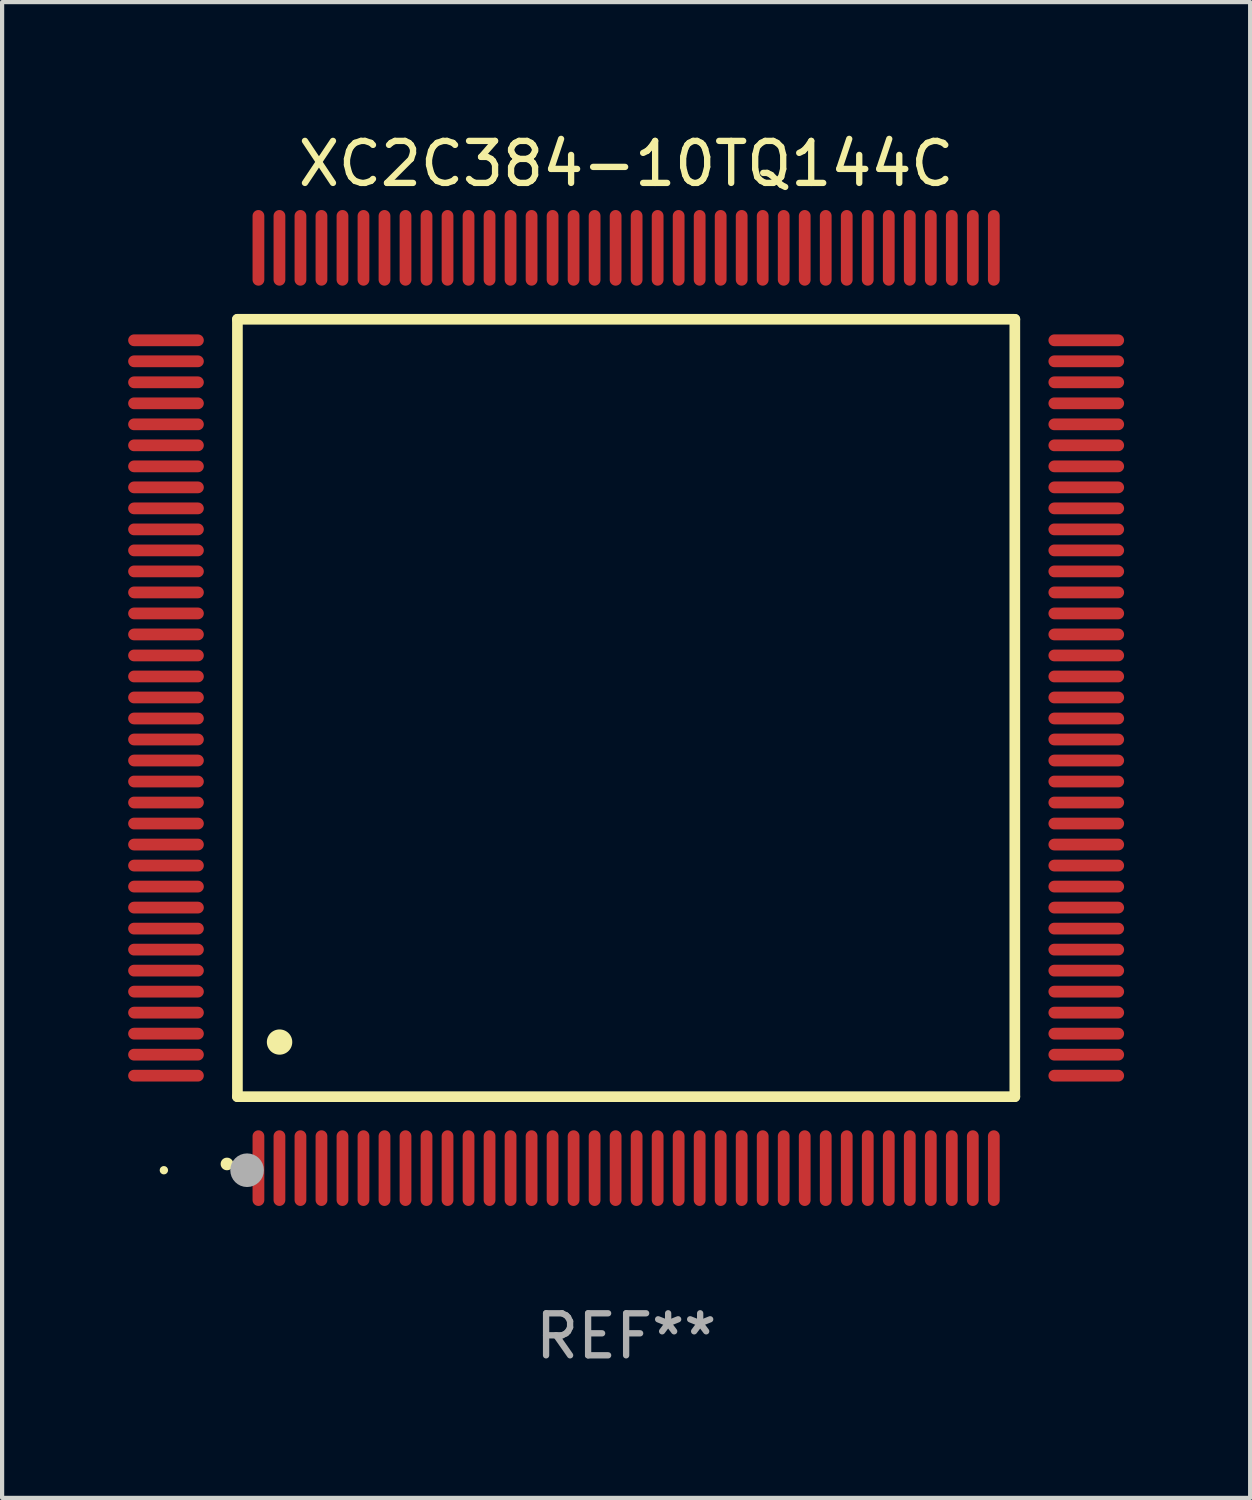
<source format=kicad_pcb>
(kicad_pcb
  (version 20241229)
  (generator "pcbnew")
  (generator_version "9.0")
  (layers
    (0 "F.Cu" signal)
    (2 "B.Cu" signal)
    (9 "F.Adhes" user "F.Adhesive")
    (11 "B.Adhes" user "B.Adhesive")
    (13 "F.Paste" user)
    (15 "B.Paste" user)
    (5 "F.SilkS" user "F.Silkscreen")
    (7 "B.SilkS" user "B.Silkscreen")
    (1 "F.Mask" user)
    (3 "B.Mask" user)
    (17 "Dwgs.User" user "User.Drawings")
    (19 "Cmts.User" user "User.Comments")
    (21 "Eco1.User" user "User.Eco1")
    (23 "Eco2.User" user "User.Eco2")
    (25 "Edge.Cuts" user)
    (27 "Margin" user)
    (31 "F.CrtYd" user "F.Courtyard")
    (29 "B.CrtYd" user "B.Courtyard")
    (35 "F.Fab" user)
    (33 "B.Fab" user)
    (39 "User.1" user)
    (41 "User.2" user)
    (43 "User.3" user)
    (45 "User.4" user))
  (footprint "XC2C384-10TQ144C"
    (layer "F.Cu")
    (at 11.85 13.798)
    (property "Reference" "XC2C384-10TQ144C" (at 0 -12.95 0) (layer "F.SilkS") (effects (font (size 1 1) (thickness 0.15))))
    (attr through_hole)
    (fp_line (start -9.25 -9.25) (end -9.25 9.25) (stroke (width 0.254) (type solid)) (layer "F.SilkS"))
    (fp_line (start -9.25 9.25) (end 9.25 9.25) (stroke (width 0.254) (type solid)) (layer "F.SilkS"))
    (fp_line (start 9.25 -9.25) (end -9.25 -9.25) (stroke (width 0.254) (type solid)) (layer "F.SilkS"))
    (fp_line (start 9.25 9.25) (end 9.25 -9.25) (stroke (width 0.254) (type solid)) (layer "F.SilkS"))
    (fp_arc (start -9.499619 10.850902) (mid -9.498349 10.850897) (end -9.497079 10.850902) (stroke (width 0.3) (type solid)) (layer "F.SilkS"))
    (fp_arc (start -8.249936 7.950216) (mid -8.247396 7.950205) (end -8.244856 7.950216) (stroke (width 0.6) (type solid)) (layer "F.SilkS"))
    (fp_circle (center -11 11) (end -10.95 11) (stroke (width 0.1) (type solid)) (fill no) (layer "F.SilkS"))
    (fp_circle (center -9.02 11) (end -8.82 11) (stroke (width 0.4) (type solid)) (fill no) (layer "F.Fab"))
    (fp_text user "REF**" (at 0 14.95 0) (layer "F.Fab") (effects (font (size 1 1) (thickness 0.15))))
    (pad "1" smd oval (at -8.75 10.95) (size 0.28 1.8) (layers "F.Cu" "F.Mask" "F.Paste"))
    (pad "2" smd oval (at -8.25 10.95) (size 0.28 1.8) (layers "F.Cu" "F.Mask" "F.Paste"))
    (pad "3" smd oval (at -7.75 10.95) (size 0.28 1.8) (layers "F.Cu" "F.Mask" "F.Paste"))
    (pad "4" smd oval (at -7.25 10.95) (size 0.28 1.8) (layers "F.Cu" "F.Mask" "F.Paste"))
    (pad "5" smd oval (at -6.75 10.95) (size 0.28 1.8) (layers "F.Cu" "F.Mask" "F.Paste"))
    (pad "6" smd oval (at -6.25 10.95) (size 0.28 1.8) (layers "F.Cu" "F.Mask" "F.Paste"))
    (pad "7" smd oval (at -5.75 10.95) (size 0.28 1.8) (layers "F.Cu" "F.Mask" "F.Paste"))
    (pad "8" smd oval (at -5.25 10.95) (size 0.28 1.8) (layers "F.Cu" "F.Mask" "F.Paste"))
    (pad "9" smd oval (at -4.75 10.95) (size 0.28 1.8) (layers "F.Cu" "F.Mask" "F.Paste"))
    (pad "10" smd oval (at -4.25 10.95) (size 0.28 1.8) (layers "F.Cu" "F.Mask" "F.Paste"))
    (pad "11" smd oval (at -3.75 10.95) (size 0.28 1.8) (layers "F.Cu" "F.Mask" "F.Paste"))
    (pad "12" smd oval (at -3.25 10.95) (size 0.28 1.8) (layers "F.Cu" "F.Mask" "F.Paste"))
    (pad "13" smd oval (at -2.75 10.95) (size 0.28 1.8) (layers "F.Cu" "F.Mask" "F.Paste"))
    (pad "14" smd oval (at -2.25 10.95) (size 0.28 1.8) (layers "F.Cu" "F.Mask" "F.Paste"))
    (pad "15" smd oval (at -1.75 10.95) (size 0.28 1.8) (layers "F.Cu" "F.Mask" "F.Paste"))
    (pad "16" smd oval (at -1.25 10.95) (size 0.28 1.8) (layers "F.Cu" "F.Mask" "F.Paste"))
    (pad "17" smd oval (at -0.75 10.95) (size 0.28 1.8) (layers "F.Cu" "F.Mask" "F.Paste"))
    (pad "18" smd oval (at -0.25 10.95) (size 0.28 1.8) (layers "F.Cu" "F.Mask" "F.Paste"))
    (pad "19" smd oval (at 0.25 10.95) (size 0.28 1.8) (layers "F.Cu" "F.Mask" "F.Paste"))
    (pad "20" smd oval (at 0.75 10.95) (size 0.28 1.8) (layers "F.Cu" "F.Mask" "F.Paste"))
    (pad "21" smd oval (at 1.25 10.95) (size 0.28 1.8) (layers "F.Cu" "F.Mask" "F.Paste"))
    (pad "22" smd oval (at 1.75 10.95) (size 0.28 1.8) (layers "F.Cu" "F.Mask" "F.Paste"))
    (pad "23" smd oval (at 2.25 10.95) (size 0.28 1.8) (layers "F.Cu" "F.Mask" "F.Paste"))
    (pad "24" smd oval (at 2.75 10.95) (size 0.28 1.8) (layers "F.Cu" "F.Mask" "F.Paste"))
    (pad "25" smd oval (at 3.25 10.95) (size 0.28 1.8) (layers "F.Cu" "F.Mask" "F.Paste"))
    (pad "26" smd oval (at 3.75 10.95) (size 0.28 1.8) (layers "F.Cu" "F.Mask" "F.Paste"))
    (pad "27" smd oval (at 4.25 10.95) (size 0.28 1.8) (layers "F.Cu" "F.Mask" "F.Paste"))
    (pad "28" smd oval (at 4.75 10.95) (size 0.28 1.8) (layers "F.Cu" "F.Mask" "F.Paste"))
    (pad "29" smd oval (at 5.25 10.95) (size 0.28 1.8) (layers "F.Cu" "F.Mask" "F.Paste"))
    (pad "30" smd oval (at 5.75 10.95) (size 0.28 1.8) (layers "F.Cu" "F.Mask" "F.Paste"))
    (pad "31" smd oval (at 6.25 10.95) (size 0.28 1.8) (layers "F.Cu" "F.Mask" "F.Paste"))
    (pad "32" smd oval (at 6.75 10.95) (size 0.28 1.8) (layers "F.Cu" "F.Mask" "F.Paste"))
    (pad "33" smd oval (at 7.25 10.95) (size 0.28 1.8) (layers "F.Cu" "F.Mask" "F.Paste"))
    (pad "34" smd oval (at 7.75 10.95) (size 0.28 1.8) (layers "F.Cu" "F.Mask" "F.Paste"))
    (pad "35" smd oval (at 8.25 10.95) (size 0.28 1.8) (layers "F.Cu" "F.Mask" "F.Paste"))
    (pad "36" smd oval (at 8.75 10.95) (size 0.28 1.8) (layers "F.Cu" "F.Mask" "F.Paste"))
    (pad "37" smd oval (at 10.95 8.75) (size 1.8 0.28) (layers "F.Cu" "F.Mask" "F.Paste"))
    (pad "38" smd oval (at 10.95 8.25) (size 1.8 0.28) (layers "F.Cu" "F.Mask" "F.Paste"))
    (pad "39" smd oval (at 10.95 7.75) (size 1.8 0.28) (layers "F.Cu" "F.Mask" "F.Paste"))
    (pad "40" smd oval (at 10.95 7.25) (size 1.8 0.28) (layers "F.Cu" "F.Mask" "F.Paste"))
    (pad "41" smd oval (at 10.95 6.75) (size 1.8 0.28) (layers "F.Cu" "F.Mask" "F.Paste"))
    (pad "42" smd oval (at 10.95 6.25) (size 1.8 0.28) (layers "F.Cu" "F.Mask" "F.Paste"))
    (pad "43" smd oval (at 10.95 5.75) (size 1.8 0.28) (layers "F.Cu" "F.Mask" "F.Paste"))
    (pad "44" smd oval (at 10.95 5.25) (size 1.8 0.28) (layers "F.Cu" "F.Mask" "F.Paste"))
    (pad "45" smd oval (at 10.95 4.75) (size 1.8 0.28) (layers "F.Cu" "F.Mask" "F.Paste"))
    (pad "46" smd oval (at 10.95 4.25) (size 1.8 0.28) (layers "F.Cu" "F.Mask" "F.Paste"))
    (pad "47" smd oval (at 10.95 3.75) (size 1.8 0.28) (layers "F.Cu" "F.Mask" "F.Paste"))
    (pad "48" smd oval (at 10.95 3.25) (size 1.8 0.28) (layers "F.Cu" "F.Mask" "F.Paste"))
    (pad "49" smd oval (at 10.95 2.75) (size 1.8 0.28) (layers "F.Cu" "F.Mask" "F.Paste"))
    (pad "50" smd oval (at 10.95 2.25) (size 1.8 0.28) (layers "F.Cu" "F.Mask" "F.Paste"))
    (pad "51" smd oval (at 10.95 1.75) (size 1.8 0.28) (layers "F.Cu" "F.Mask" "F.Paste"))
    (pad "52" smd oval (at 10.95 1.25) (size 1.8 0.28) (layers "F.Cu" "F.Mask" "F.Paste"))
    (pad "53" smd oval (at 10.95 0.75) (size 1.8 0.28) (layers "F.Cu" "F.Mask" "F.Paste"))
    (pad "54" smd oval (at 10.95 0.25) (size 1.8 0.28) (layers "F.Cu" "F.Mask" "F.Paste"))
    (pad "55" smd oval (at 10.95 -0.25) (size 1.8 0.28) (layers "F.Cu" "F.Mask" "F.Paste"))
    (pad "56" smd oval (at 10.95 -0.75) (size 1.8 0.28) (layers "F.Cu" "F.Mask" "F.Paste"))
    (pad "57" smd oval (at 10.95 -1.25) (size 1.8 0.28) (layers "F.Cu" "F.Mask" "F.Paste"))
    (pad "58" smd oval (at 10.95 -1.75) (size 1.8 0.28) (layers "F.Cu" "F.Mask" "F.Paste"))
    (pad "59" smd oval (at 10.95 -2.25) (size 1.8 0.28) (layers "F.Cu" "F.Mask" "F.Paste"))
    (pad "60" smd oval (at 10.95 -2.75) (size 1.8 0.28) (layers "F.Cu" "F.Mask" "F.Paste"))
    (pad "61" smd oval (at 10.95 -3.25) (size 1.8 0.28) (layers "F.Cu" "F.Mask" "F.Paste"))
    (pad "62" smd oval (at 10.95 -3.75) (size 1.8 0.28) (layers "F.Cu" "F.Mask" "F.Paste"))
    (pad "63" smd oval (at 10.95 -4.25) (size 1.8 0.28) (layers "F.Cu" "F.Mask" "F.Paste"))
    (pad "64" smd oval (at 10.95 -4.75) (size 1.8 0.28) (layers "F.Cu" "F.Mask" "F.Paste"))
    (pad "65" smd oval (at 10.95 -5.25) (size 1.8 0.28) (layers "F.Cu" "F.Mask" "F.Paste"))
    (pad "66" smd oval (at 10.95 -5.75) (size 1.8 0.28) (layers "F.Cu" "F.Mask" "F.Paste"))
    (pad "67" smd oval (at 10.95 -6.25) (size 1.8 0.28) (layers "F.Cu" "F.Mask" "F.Paste"))
    (pad "68" smd oval (at 10.95 -6.75) (size 1.8 0.28) (layers "F.Cu" "F.Mask" "F.Paste"))
    (pad "69" smd oval (at 10.95 -7.25) (size 1.8 0.28) (layers "F.Cu" "F.Mask" "F.Paste"))
    (pad "70" smd oval (at 10.95 -7.75) (size 1.8 0.28) (layers "F.Cu" "F.Mask" "F.Paste"))
    (pad "71" smd oval (at 10.95 -8.25) (size 1.8 0.28) (layers "F.Cu" "F.Mask" "F.Paste"))
    (pad "72" smd oval (at 10.95 -8.75) (size 1.8 0.28) (layers "F.Cu" "F.Mask" "F.Paste"))
    (pad "73" smd oval (at 8.75 -10.95) (size 0.28 1.8) (layers "F.Cu" "F.Mask" "F.Paste"))
    (pad "74" smd oval (at 8.25 -10.95) (size 0.28 1.8) (layers "F.Cu" "F.Mask" "F.Paste"))
    (pad "75" smd oval (at 7.75 -10.95) (size 0.28 1.8) (layers "F.Cu" "F.Mask" "F.Paste"))
    (pad "76" smd oval (at 7.25 -10.95) (size 0.28 1.8) (layers "F.Cu" "F.Mask" "F.Paste"))
    (pad "77" smd oval (at 6.75 -10.95) (size 0.28 1.8) (layers "F.Cu" "F.Mask" "F.Paste"))
    (pad "78" smd oval (at 6.25 -10.95) (size 0.28 1.8) (layers "F.Cu" "F.Mask" "F.Paste"))
    (pad "79" smd oval (at 5.75 -10.95) (size 0.28 1.8) (layers "F.Cu" "F.Mask" "F.Paste"))
    (pad "80" smd oval (at 5.25 -10.95) (size 0.28 1.8) (layers "F.Cu" "F.Mask" "F.Paste"))
    (pad "81" smd oval (at 4.75 -10.95) (size 0.28 1.8) (layers "F.Cu" "F.Mask" "F.Paste"))
    (pad "82" smd oval (at 4.25 -10.95) (size 0.28 1.8) (layers "F.Cu" "F.Mask" "F.Paste"))
    (pad "83" smd oval (at 3.75 -10.95) (size 0.28 1.8) (layers "F.Cu" "F.Mask" "F.Paste"))
    (pad "84" smd oval (at 3.25 -10.95) (size 0.28 1.8) (layers "F.Cu" "F.Mask" "F.Paste"))
    (pad "85" smd oval (at 2.75 -10.95) (size 0.28 1.8) (layers "F.Cu" "F.Mask" "F.Paste"))
    (pad "86" smd oval (at 2.25 -10.95) (size 0.28 1.8) (layers "F.Cu" "F.Mask" "F.Paste"))
    (pad "87" smd oval (at 1.75 -10.95) (size 0.28 1.8) (layers "F.Cu" "F.Mask" "F.Paste"))
    (pad "88" smd oval (at 1.25 -10.95) (size 0.28 1.8) (layers "F.Cu" "F.Mask" "F.Paste"))
    (pad "89" smd oval (at 0.75 -10.95) (size 0.28 1.8) (layers "F.Cu" "F.Mask" "F.Paste"))
    (pad "90" smd oval (at 0.25 -10.95) (size 0.28 1.8) (layers "F.Cu" "F.Mask" "F.Paste"))
    (pad "91" smd oval (at -0.25 -10.95) (size 0.28 1.8) (layers "F.Cu" "F.Mask" "F.Paste"))
    (pad "92" smd oval (at -0.75 -10.95) (size 0.28 1.8) (layers "F.Cu" "F.Mask" "F.Paste"))
    (pad "93" smd oval (at -1.25 -10.95) (size 0.28 1.8) (layers "F.Cu" "F.Mask" "F.Paste"))
    (pad "94" smd oval (at -1.75 -10.95) (size 0.28 1.8) (layers "F.Cu" "F.Mask" "F.Paste"))
    (pad "95" smd oval (at -2.25 -10.95) (size 0.28 1.8) (layers "F.Cu" "F.Mask" "F.Paste"))
    (pad "96" smd oval (at -2.75 -10.95) (size 0.28 1.8) (layers "F.Cu" "F.Mask" "F.Paste"))
    (pad "97" smd oval (at -3.25 -10.95) (size 0.28 1.8) (layers "F.Cu" "F.Mask" "F.Paste"))
    (pad "98" smd oval (at -3.75 -10.95) (size 0.28 1.8) (layers "F.Cu" "F.Mask" "F.Paste"))
    (pad "99" smd oval (at -4.25 -10.95) (size 0.28 1.8) (layers "F.Cu" "F.Mask" "F.Paste"))
    (pad "100" smd oval (at -4.75 -10.95) (size 0.28 1.8) (layers "F.Cu" "F.Mask" "F.Paste"))
    (pad "101" smd oval (at -5.25 -10.95) (size 0.28 1.8) (layers "F.Cu" "F.Mask" "F.Paste"))
    (pad "102" smd oval (at -5.75 -10.95) (size 0.28 1.8) (layers "F.Cu" "F.Mask" "F.Paste"))
    (pad "103" smd oval (at -6.25 -10.95) (size 0.28 1.8) (layers "F.Cu" "F.Mask" "F.Paste"))
    (pad "104" smd oval (at -6.75 -10.95) (size 0.28 1.8) (layers "F.Cu" "F.Mask" "F.Paste"))
    (pad "105" smd oval (at -7.25 -10.95) (size 0.28 1.8) (layers "F.Cu" "F.Mask" "F.Paste"))
    (pad "106" smd oval (at -7.75 -10.95) (size 0.28 1.8) (layers "F.Cu" "F.Mask" "F.Paste"))
    (pad "107" smd oval (at -8.25 -10.95) (size 0.28 1.8) (layers "F.Cu" "F.Mask" "F.Paste"))
    (pad "108" smd oval (at -8.75 -10.95) (size 0.28 1.8) (layers "F.Cu" "F.Mask" "F.Paste"))
    (pad "109" smd oval (at -10.95 -8.75) (size 1.8 0.28) (layers "F.Cu" "F.Mask" "F.Paste"))
    (pad "110" smd oval (at -10.95 -8.25) (size 1.8 0.28) (layers "F.Cu" "F.Mask" "F.Paste"))
    (pad "111" smd oval (at -10.95 -7.75) (size 1.8 0.28) (layers "F.Cu" "F.Mask" "F.Paste"))
    (pad "112" smd oval (at -10.95 -7.25) (size 1.8 0.28) (layers "F.Cu" "F.Mask" "F.Paste"))
    (pad "113" smd oval (at -10.95 -6.75) (size 1.8 0.28) (layers "F.Cu" "F.Mask" "F.Paste"))
    (pad "114" smd oval (at -10.95 -6.25) (size 1.8 0.28) (layers "F.Cu" "F.Mask" "F.Paste"))
    (pad "115" smd oval (at -10.95 -5.75) (size 1.8 0.28) (layers "F.Cu" "F.Mask" "F.Paste"))
    (pad "116" smd oval (at -10.95 -5.25) (size 1.8 0.28) (layers "F.Cu" "F.Mask" "F.Paste"))
    (pad "117" smd oval (at -10.95 -4.75) (size 1.8 0.28) (layers "F.Cu" "F.Mask" "F.Paste"))
    (pad "118" smd oval (at -10.95 -4.25) (size 1.8 0.28) (layers "F.Cu" "F.Mask" "F.Paste"))
    (pad "119" smd oval (at -10.95 -3.75) (size 1.8 0.28) (layers "F.Cu" "F.Mask" "F.Paste"))
    (pad "120" smd oval (at -10.95 -3.25) (size 1.8 0.28) (layers "F.Cu" "F.Mask" "F.Paste"))
    (pad "121" smd oval (at -10.95 -2.75) (size 1.8 0.28) (layers "F.Cu" "F.Mask" "F.Paste"))
    (pad "122" smd oval (at -10.95 -2.25) (size 1.8 0.28) (layers "F.Cu" "F.Mask" "F.Paste"))
    (pad "123" smd oval (at -10.95 -1.75) (size 1.8 0.28) (layers "F.Cu" "F.Mask" "F.Paste"))
    (pad "124" smd oval (at -10.95 -1.25) (size 1.8 0.28) (layers "F.Cu" "F.Mask" "F.Paste"))
    (pad "125" smd oval (at -10.95 -0.75) (size 1.8 0.28) (layers "F.Cu" "F.Mask" "F.Paste"))
    (pad "126" smd oval (at -10.95 -0.25) (size 1.8 0.28) (layers "F.Cu" "F.Mask" "F.Paste"))
    (pad "127" smd oval (at -10.95 0.25) (size 1.8 0.28) (layers "F.Cu" "F.Mask" "F.Paste"))
    (pad "128" smd oval (at -10.95 0.75) (size 1.8 0.28) (layers "F.Cu" "F.Mask" "F.Paste"))
    (pad "129" smd oval (at -10.95 1.25) (size 1.8 0.28) (layers "F.Cu" "F.Mask" "F.Paste"))
    (pad "130" smd oval (at -10.95 1.75) (size 1.8 0.28) (layers "F.Cu" "F.Mask" "F.Paste"))
    (pad "131" smd oval (at -10.95 2.25) (size 1.8 0.28) (layers "F.Cu" "F.Mask" "F.Paste"))
    (pad "132" smd oval (at -10.95 2.75) (size 1.8 0.28) (layers "F.Cu" "F.Mask" "F.Paste"))
    (pad "133" smd oval (at -10.95 3.25) (size 1.8 0.28) (layers "F.Cu" "F.Mask" "F.Paste"))
    (pad "134" smd oval (at -10.95 3.75) (size 1.8 0.28) (layers "F.Cu" "F.Mask" "F.Paste"))
    (pad "135" smd oval (at -10.95 4.25) (size 1.8 0.28) (layers "F.Cu" "F.Mask" "F.Paste"))
    (pad "136" smd oval (at -10.95 4.75) (size 1.8 0.28) (layers "F.Cu" "F.Mask" "F.Paste"))
    (pad "137" smd oval (at -10.95 5.25) (size 1.8 0.28) (layers "F.Cu" "F.Mask" "F.Paste"))
    (pad "138" smd oval (at -10.95 5.75) (size 1.8 0.28) (layers "F.Cu" "F.Mask" "F.Paste"))
    (pad "139" smd oval (at -10.95 6.25) (size 1.8 0.28) (layers "F.Cu" "F.Mask" "F.Paste"))
    (pad "140" smd oval (at -10.95 6.75) (size 1.8 0.28) (layers "F.Cu" "F.Mask" "F.Paste"))
    (pad "141" smd oval (at -10.95 7.25) (size 1.8 0.28) (layers "F.Cu" "F.Mask" "F.Paste"))
    (pad "142" smd oval (at -10.95 7.75) (size 1.8 0.28) (layers "F.Cu" "F.Mask" "F.Paste"))
    (pad "143" smd oval (at -10.95 8.25) (size 1.8 0.28) (layers "F.Cu" "F.Mask" "F.Paste"))
    (pad "144" smd oval (at -10.95 8.75) (size 1.8 0.28) (layers "F.Cu" "F.Mask" "F.Paste")))
  (gr_rect
    (start -3 -3)
    (end 26.7 32.596)
    (stroke (width 0.1) (type default))
    (fill no)
    (layer "Edge.Cuts")))
</source>
